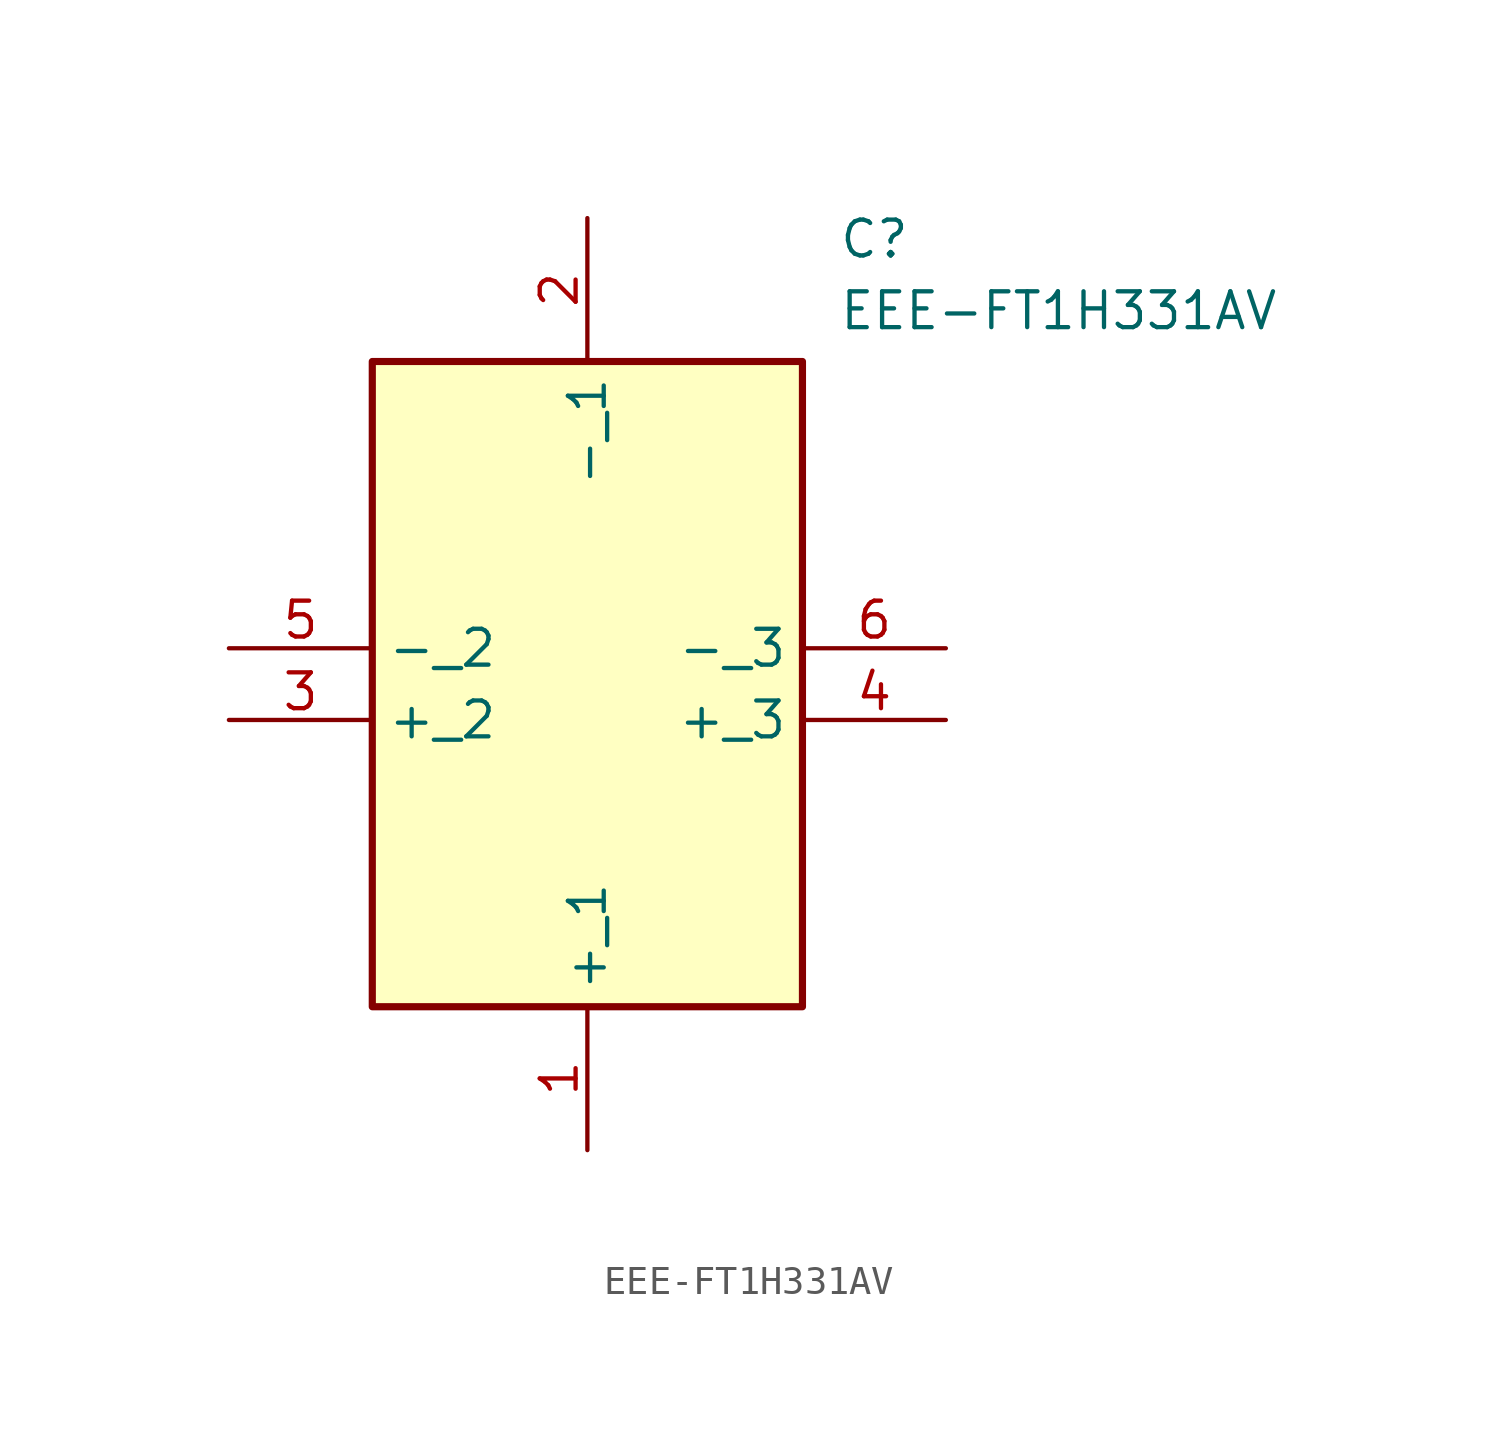
<source format=kicad_sym>
(kicad_symbol_lib
  (version 20211014)
  (generator SamacSys_ECAD_Model)
  (symbol "EEE-FT1H331AV"
    (property "Reference" "C"
      (at 21.59 15.24 0)
      (effects (font (size 1.27 1.27)) (justify left top)))
    (property "Value" "EEE-FT1H331AV"
      (at 21.59 12.7 0)
      (effects (font (size 1.27 1.27)) (justify left top)))
    (rectangle
      (start 5.08 10.16)
      (end 20.32 -12.7)
      (stroke (width 0.254) (type default))
      (fill (type background)))
    (pin passive line
      (at 12.7 -17.78 90)
      (length 5.08)
      (name "+_1" (effects (font (size 1.27 1.27))))
      (number "1" (effects (font (size 1.27 1.27)))))
    (pin passive line
      (at 12.7 15.24 270)
      (length 5.08)
      (name "-_1" (effects (font (size 1.27 1.27))))
      (number "2" (effects (font (size 1.27 1.27)))))
    (pin passive line
      (at 0 -2.54 0)
      (length 5.08)
      (name "+_2" (effects (font (size 1.27 1.27))))
      (number "3" (effects (font (size 1.27 1.27)))))
    (pin passive line
      (at 25.4 -2.54 180)
      (length 5.08)
      (name "+_3" (effects (font (size 1.27 1.27))))
      (number "4" (effects (font (size 1.27 1.27)))))
    (pin passive line
      (at 0 0 0)
      (length 5.08)
      (name "-_2" (effects (font (size 1.27 1.27))))
      (number "5" (effects (font (size 1.27 1.27)))))
    (pin passive line
      (at 25.4 0 180)
      (length 5.08)
      (name "-_3" (effects (font (size 1.27 1.27))))
      (number "6" (effects (font (size 1.27 1.27)))))))
</source>
